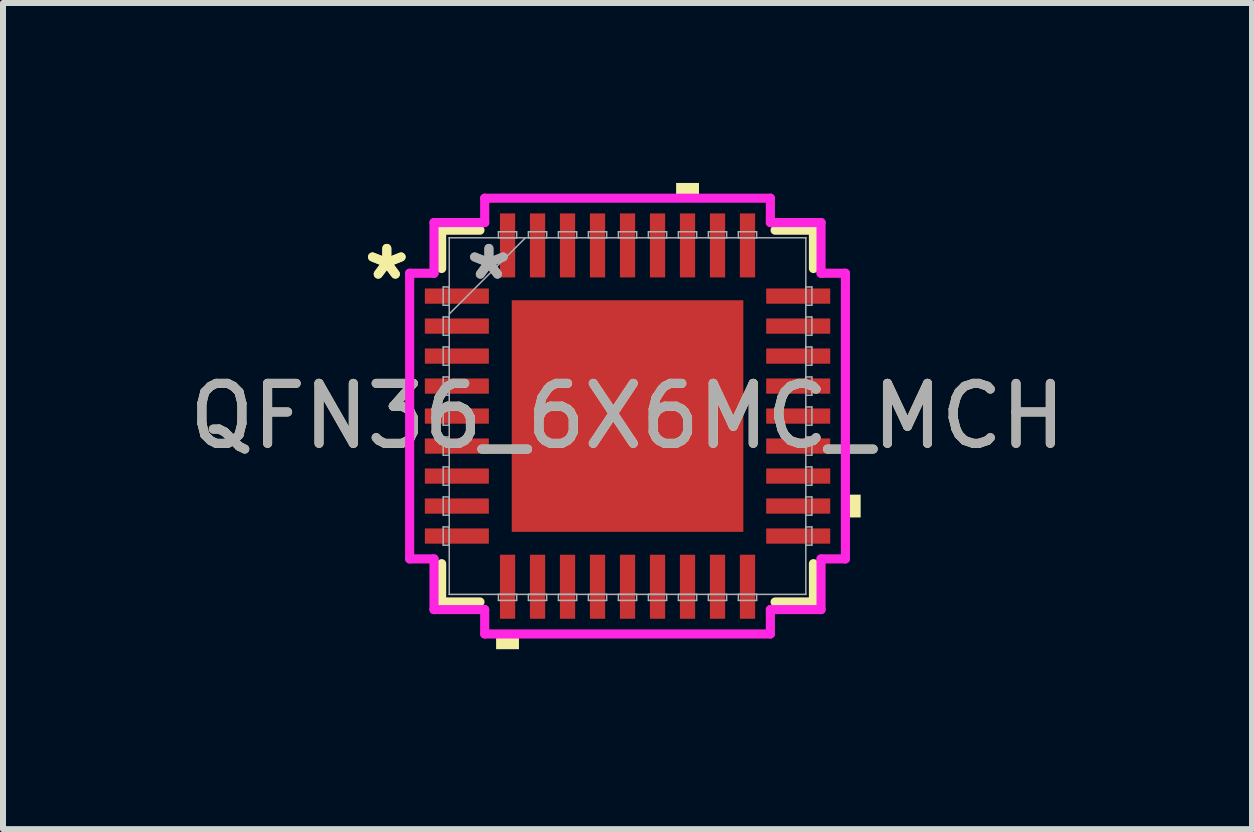
<source format=kicad_pcb>
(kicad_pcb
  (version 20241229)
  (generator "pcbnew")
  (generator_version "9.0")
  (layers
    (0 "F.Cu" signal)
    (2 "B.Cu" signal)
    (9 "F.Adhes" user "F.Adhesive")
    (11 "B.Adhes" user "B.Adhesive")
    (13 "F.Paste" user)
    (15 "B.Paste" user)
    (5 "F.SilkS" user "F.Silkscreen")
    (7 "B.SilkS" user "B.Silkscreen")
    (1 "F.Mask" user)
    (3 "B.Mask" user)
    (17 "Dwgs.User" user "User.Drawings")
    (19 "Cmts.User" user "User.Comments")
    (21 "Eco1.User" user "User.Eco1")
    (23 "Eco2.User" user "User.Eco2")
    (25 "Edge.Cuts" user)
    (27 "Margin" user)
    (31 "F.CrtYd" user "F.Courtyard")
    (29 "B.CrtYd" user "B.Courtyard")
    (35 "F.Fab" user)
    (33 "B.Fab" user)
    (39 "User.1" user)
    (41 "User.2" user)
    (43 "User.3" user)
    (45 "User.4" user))
  (footprint "QFN36_6X6MC_MCH"
    (layer "F.Cu")
    (at 7.411 3.886)
    (property "Reference" "QFN36_6X6MC_MCH" (at 0 0 0) (unlocked yes) (layer "F.SilkS") (effects (font (size 1 1) (thickness 0.15))))
    (attr smd)
    (fp_line (start -3.099 -3.099) (end -3.099 -2.46) (stroke (width 0.152) (type solid)) (layer "F.SilkS"))
    (fp_line (start -3.099 2.46) (end -3.099 3.099) (stroke (width 0.152) (type solid)) (layer "F.SilkS"))
    (fp_line (start -3.099 3.099) (end -2.46 3.099) (stroke (width 0.152) (type solid)) (layer "F.SilkS"))
    (fp_line (start -2.46 -3.099) (end -3.099 -3.099) (stroke (width 0.152) (type solid)) (layer "F.SilkS"))
    (fp_line (start 2.46 3.099) (end 3.099 3.099) (stroke (width 0.152) (type solid)) (layer "F.SilkS"))
    (fp_line (start 3.099 -3.099) (end 2.46 -3.099) (stroke (width 0.152) (type solid)) (layer "F.SilkS"))
    (fp_line (start 3.099 -2.46) (end 3.099 -3.099) (stroke (width 0.152) (type solid)) (layer "F.SilkS"))
    (fp_line (start 3.099 3.099) (end 3.099 2.46) (stroke (width 0.152) (type solid)) (layer "F.SilkS"))
    (fp_poly (pts (xy -2.191 3.632) (xy -2.191 3.886) (xy -1.81 3.886) (xy -1.81 3.632)) (stroke (width 0) (type solid)) (fill yes) (layer "F.SilkS"))
    (fp_poly (pts (xy 0.81 -3.632) (xy 0.81 -3.886) (xy 1.191 -3.886) (xy 1.191 -3.632)) (stroke (width 0) (type solid)) (fill yes) (layer "F.SilkS"))
    (fp_poly (pts (xy 3.886 1.31) (xy 3.886 1.69) (xy 3.632 1.69) (xy 3.632 1.31)) (stroke (width 0) (type solid)) (fill yes) (layer "F.SilkS"))
    (fp_poly (pts (xy -1.83 -1.83) (xy -1.83 -0.743) (xy -0.743 -0.743) (xy -0.743 -1.83)) (stroke (width 0) (type solid)) (fill yes) (layer "F.Paste"))
    (fp_poly (pts (xy -1.83 -0.543) (xy -1.83 0.543) (xy -0.743 0.543) (xy -0.743 -0.543)) (stroke (width 0) (type solid)) (fill yes) (layer "F.Paste"))
    (fp_poly (pts (xy -1.83 0.743) (xy -1.83 1.83) (xy -0.743 1.83) (xy -0.743 0.743)) (stroke (width 0) (type solid)) (fill yes) (layer "F.Paste"))
    (fp_poly (pts (xy -0.543 -1.83) (xy -0.543 -0.743) (xy 0.543 -0.743) (xy 0.543 -1.83)) (stroke (width 0) (type solid)) (fill yes) (layer "F.Paste"))
    (fp_poly (pts (xy -0.543 -0.543) (xy -0.543 0.543) (xy 0.543 0.543) (xy 0.543 -0.543)) (stroke (width 0) (type solid)) (fill yes) (layer "F.Paste"))
    (fp_poly (pts (xy -0.543 0.743) (xy -0.543 1.83) (xy 0.543 1.83) (xy 0.543 0.743)) (stroke (width 0) (type solid)) (fill yes) (layer "F.Paste"))
    (fp_poly (pts (xy 0.743 -1.83) (xy 0.743 -0.743) (xy 1.83 -0.743) (xy 1.83 -1.83)) (stroke (width 0) (type solid)) (fill yes) (layer "F.Paste"))
    (fp_poly (pts (xy 0.743 -0.543) (xy 0.743 0.543) (xy 1.83 0.543) (xy 1.83 -0.543)) (stroke (width 0) (type solid)) (fill yes) (layer "F.Paste"))
    (fp_poly (pts (xy 0.743 0.743) (xy 0.743 1.83) (xy 1.83 1.83) (xy 1.83 0.743)) (stroke (width 0) (type solid)) (fill yes) (layer "F.Paste"))
    (fp_line (start -3.632 -2.381) (end -3.226 -2.381) (stroke (width 0.152) (type solid)) (layer "F.CrtYd"))
    (fp_line (start -3.632 2.381) (end -3.632 -2.381) (stroke (width 0.152) (type solid)) (layer "F.CrtYd"))
    (fp_line (start -3.226 -3.226) (end -2.381 -3.226) (stroke (width 0.152) (type solid)) (layer "F.CrtYd"))
    (fp_line (start -3.226 -2.381) (end -3.226 -3.226) (stroke (width 0.152) (type solid)) (layer "F.CrtYd"))
    (fp_line (start -3.226 2.381) (end -3.632 2.381) (stroke (width 0.152) (type solid)) (layer "F.CrtYd"))
    (fp_line (start -3.226 3.226) (end -3.226 2.381) (stroke (width 0.152) (type solid)) (layer "F.CrtYd"))
    (fp_line (start -2.381 -3.632) (end 2.381 -3.632) (stroke (width 0.152) (type solid)) (layer "F.CrtYd"))
    (fp_line (start -2.381 -3.226) (end -2.381 -3.632) (stroke (width 0.152) (type solid)) (layer "F.CrtYd"))
    (fp_line (start -2.381 3.226) (end -3.226 3.226) (stroke (width 0.152) (type solid)) (layer "F.CrtYd"))
    (fp_line (start -2.381 3.632) (end -2.381 3.226) (stroke (width 0.152) (type solid)) (layer "F.CrtYd"))
    (fp_line (start 2.381 -3.632) (end 2.381 -3.226) (stroke (width 0.152) (type solid)) (layer "F.CrtYd"))
    (fp_line (start 2.381 -3.226) (end 3.226 -3.226) (stroke (width 0.152) (type solid)) (layer "F.CrtYd"))
    (fp_line (start 2.381 3.226) (end 2.381 3.632) (stroke (width 0.152) (type solid)) (layer "F.CrtYd"))
    (fp_line (start 2.381 3.632) (end -2.381 3.632) (stroke (width 0.152) (type solid)) (layer "F.CrtYd"))
    (fp_line (start 3.226 -3.226) (end 3.226 -2.381) (stroke (width 0.152) (type solid)) (layer "F.CrtYd"))
    (fp_line (start 3.226 -2.381) (end 3.632 -2.381) (stroke (width 0.152) (type solid)) (layer "F.CrtYd"))
    (fp_line (start 3.226 2.381) (end 3.226 3.226) (stroke (width 0.152) (type solid)) (layer "F.CrtYd"))
    (fp_line (start 3.226 3.226) (end 2.381 3.226) (stroke (width 0.152) (type solid)) (layer "F.CrtYd"))
    (fp_line (start 3.632 -2.381) (end 3.632 2.381) (stroke (width 0.152) (type solid)) (layer "F.CrtYd"))
    (fp_line (start 3.632 2.381) (end 3.226 2.381) (stroke (width 0.152) (type solid)) (layer "F.CrtYd"))
    (fp_line (start -3.073 -2.152) (end -3.073 -1.848) (stroke (width 0.025) (type solid)) (layer "F.Fab"))
    (fp_line (start -3.073 -1.848) (end -2.972 -1.848) (stroke (width 0.025) (type solid)) (layer "F.Fab"))
    (fp_line (start -3.073 -1.652) (end -3.073 -1.348) (stroke (width 0.025) (type solid)) (layer "F.Fab"))
    (fp_line (start -3.073 -1.348) (end -2.972 -1.348) (stroke (width 0.025) (type solid)) (layer "F.Fab"))
    (fp_line (start -3.073 -1.152) (end -3.073 -0.848) (stroke (width 0.025) (type solid)) (layer "F.Fab"))
    (fp_line (start -3.073 -0.848) (end -2.972 -0.848) (stroke (width 0.025) (type solid)) (layer "F.Fab"))
    (fp_line (start -3.073 -0.652) (end -3.073 -0.348) (stroke (width 0.025) (type solid)) (layer "F.Fab"))
    (fp_line (start -3.073 -0.348) (end -2.972 -0.348) (stroke (width 0.025) (type solid)) (layer "F.Fab"))
    (fp_line (start -3.073 -0.152) (end -3.073 0.152) (stroke (width 0.025) (type solid)) (layer "F.Fab"))
    (fp_line (start -3.073 0.152) (end -2.972 0.152) (stroke (width 0.025) (type solid)) (layer "F.Fab"))
    (fp_line (start -3.073 0.348) (end -3.073 0.652) (stroke (width 0.025) (type solid)) (layer "F.Fab"))
    (fp_line (start -3.073 0.652) (end -2.972 0.652) (stroke (width 0.025) (type solid)) (layer "F.Fab"))
    (fp_line (start -3.073 0.848) (end -3.073 1.152) (stroke (width 0.025) (type solid)) (layer "F.Fab"))
    (fp_line (start -3.073 1.152) (end -2.972 1.152) (stroke (width 0.025) (type solid)) (layer "F.Fab"))
    (fp_line (start -3.073 1.348) (end -3.073 1.652) (stroke (width 0.025) (type solid)) (layer "F.Fab"))
    (fp_line (start -3.073 1.652) (end -2.972 1.652) (stroke (width 0.025) (type solid)) (layer "F.Fab"))
    (fp_line (start -3.073 1.848) (end -3.073 2.152) (stroke (width 0.025) (type solid)) (layer "F.Fab"))
    (fp_line (start -3.073 2.152) (end -2.972 2.152) (stroke (width 0.025) (type solid)) (layer "F.Fab"))
    (fp_line (start -2.972 -2.972) (end -2.972 -2.972) (stroke (width 0.025) (type solid)) (layer "F.Fab"))
    (fp_line (start -2.972 -2.972) (end -2.972 2.972) (stroke (width 0.025) (type solid)) (layer "F.Fab"))
    (fp_line (start -2.972 -2.152) (end -3.073 -2.152) (stroke (width 0.025) (type solid)) (layer "F.Fab"))
    (fp_line (start -2.972 -1.848) (end -2.972 -2.152) (stroke (width 0.025) (type solid)) (layer "F.Fab"))
    (fp_line (start -2.972 -1.702) (end -1.702 -2.972) (stroke (width 0.025) (type solid)) (layer "F.Fab"))
    (fp_line (start -2.972 -1.652) (end -3.073 -1.652) (stroke (width 0.025) (type solid)) (layer "F.Fab"))
    (fp_line (start -2.972 -1.348) (end -2.972 -1.652) (stroke (width 0.025) (type solid)) (layer "F.Fab"))
    (fp_line (start -2.972 -1.152) (end -3.073 -1.152) (stroke (width 0.025) (type solid)) (layer "F.Fab"))
    (fp_line (start -2.972 -0.848) (end -2.972 -1.152) (stroke (width 0.025) (type solid)) (layer "F.Fab"))
    (fp_line (start -2.972 -0.652) (end -3.073 -0.652) (stroke (width 0.025) (type solid)) (layer "F.Fab"))
    (fp_line (start -2.972 -0.348) (end -2.972 -0.652) (stroke (width 0.025) (type solid)) (layer "F.Fab"))
    (fp_line (start -2.972 -0.152) (end -3.073 -0.152) (stroke (width 0.025) (type solid)) (layer "F.Fab"))
    (fp_line (start -2.972 0.152) (end -2.972 -0.152) (stroke (width 0.025) (type solid)) (layer "F.Fab"))
    (fp_line (start -2.972 0.348) (end -3.073 0.348) (stroke (width 0.025) (type solid)) (layer "F.Fab"))
    (fp_line (start -2.972 0.652) (end -2.972 0.348) (stroke (width 0.025) (type solid)) (layer "F.Fab"))
    (fp_line (start -2.972 0.848) (end -3.073 0.848) (stroke (width 0.025) (type solid)) (layer "F.Fab"))
    (fp_line (start -2.972 1.152) (end -2.972 0.848) (stroke (width 0.025) (type solid)) (layer "F.Fab"))
    (fp_line (start -2.972 1.348) (end -3.073 1.348) (stroke (width 0.025) (type solid)) (layer "F.Fab"))
    (fp_line (start -2.972 1.652) (end -2.972 1.348) (stroke (width 0.025) (type solid)) (layer "F.Fab"))
    (fp_line (start -2.972 1.848) (end -3.073 1.848) (stroke (width 0.025) (type solid)) (layer "F.Fab"))
    (fp_line (start -2.972 2.152) (end -2.972 1.848) (stroke (width 0.025) (type solid)) (layer "F.Fab"))
    (fp_line (start -2.972 2.972) (end -2.972 2.972) (stroke (width 0.025) (type solid)) (layer "F.Fab"))
    (fp_line (start -2.972 2.972) (end 2.972 2.972) (stroke (width 0.025) (type solid)) (layer "F.Fab"))
    (fp_line (start -2.152 -3.073) (end -2.152 -2.972) (stroke (width 0.025) (type solid)) (layer "F.Fab"))
    (fp_line (start -2.152 -2.972) (end -1.848 -2.972) (stroke (width 0.025) (type solid)) (layer "F.Fab"))
    (fp_line (start -2.152 2.972) (end -2.152 3.073) (stroke (width 0.025) (type solid)) (layer "F.Fab"))
    (fp_line (start -2.152 3.073) (end -1.848 3.073) (stroke (width 0.025) (type solid)) (layer "F.Fab"))
    (fp_line (start -1.848 -3.073) (end -2.152 -3.073) (stroke (width 0.025) (type solid)) (layer "F.Fab"))
    (fp_line (start -1.848 -2.972) (end -1.848 -3.073) (stroke (width 0.025) (type solid)) (layer "F.Fab"))
    (fp_line (start -1.848 2.972) (end -2.152 2.972) (stroke (width 0.025) (type solid)) (layer "F.Fab"))
    (fp_line (start -1.848 3.073) (end -1.848 2.972) (stroke (width 0.025) (type solid)) (layer "F.Fab"))
    (fp_line (start -1.652 -3.073) (end -1.652 -2.972) (stroke (width 0.025) (type solid)) (layer "F.Fab"))
    (fp_line (start -1.652 -2.972) (end -1.348 -2.972) (stroke (width 0.025) (type solid)) (layer "F.Fab"))
    (fp_line (start -1.652 2.972) (end -1.652 3.073) (stroke (width 0.025) (type solid)) (layer "F.Fab"))
    (fp_line (start -1.652 3.073) (end -1.348 3.073) (stroke (width 0.025) (type solid)) (layer "F.Fab"))
    (fp_line (start -1.348 -3.073) (end -1.652 -3.073) (stroke (width 0.025) (type solid)) (layer "F.Fab"))
    (fp_line (start -1.348 -2.972) (end -1.348 -3.073) (stroke (width 0.025) (type solid)) (layer "F.Fab"))
    (fp_line (start -1.348 2.972) (end -1.652 2.972) (stroke (width 0.025) (type solid)) (layer "F.Fab"))
    (fp_line (start -1.348 3.073) (end -1.348 2.972) (stroke (width 0.025) (type solid)) (layer "F.Fab"))
    (fp_line (start -1.152 -3.073) (end -1.152 -2.972) (stroke (width 0.025) (type solid)) (layer "F.Fab"))
    (fp_line (start -1.152 -2.972) (end -0.848 -2.972) (stroke (width 0.025) (type solid)) (layer "F.Fab"))
    (fp_line (start -1.152 2.972) (end -1.152 3.073) (stroke (width 0.025) (type solid)) (layer "F.Fab"))
    (fp_line (start -1.152 3.073) (end -0.848 3.073) (stroke (width 0.025) (type solid)) (layer "F.Fab"))
    (fp_line (start -0.848 -3.073) (end -1.152 -3.073) (stroke (width 0.025) (type solid)) (layer "F.Fab"))
    (fp_line (start -0.848 -2.972) (end -0.848 -3.073) (stroke (width 0.025) (type solid)) (layer "F.Fab"))
    (fp_line (start -0.848 2.972) (end -1.152 2.972) (stroke (width 0.025) (type solid)) (layer "F.Fab"))
    (fp_line (start -0.848 3.073) (end -0.848 2.972) (stroke (width 0.025) (type solid)) (layer "F.Fab"))
    (fp_line (start -0.652 -3.073) (end -0.652 -2.972) (stroke (width 0.025) (type solid)) (layer "F.Fab"))
    (fp_line (start -0.652 -2.972) (end -0.348 -2.972) (stroke (width 0.025) (type solid)) (layer "F.Fab"))
    (fp_line (start -0.652 2.972) (end -0.652 3.073) (stroke (width 0.025) (type solid)) (layer "F.Fab"))
    (fp_line (start -0.652 3.073) (end -0.348 3.073) (stroke (width 0.025) (type solid)) (layer "F.Fab"))
    (fp_line (start -0.348 -3.073) (end -0.652 -3.073) (stroke (width 0.025) (type solid)) (layer "F.Fab"))
    (fp_line (start -0.348 -2.972) (end -0.348 -3.073) (stroke (width 0.025) (type solid)) (layer "F.Fab"))
    (fp_line (start -0.348 2.972) (end -0.652 2.972) (stroke (width 0.025) (type solid)) (layer "F.Fab"))
    (fp_line (start -0.348 3.073) (end -0.348 2.972) (stroke (width 0.025) (type solid)) (layer "F.Fab"))
    (fp_line (start -0.152 -3.073) (end -0.152 -2.972) (stroke (width 0.025) (type solid)) (layer "F.Fab"))
    (fp_line (start -0.152 -2.972) (end 0.152 -2.972) (stroke (width 0.025) (type solid)) (layer "F.Fab"))
    (fp_line (start -0.152 2.972) (end -0.152 3.073) (stroke (width 0.025) (type solid)) (layer "F.Fab"))
    (fp_line (start -0.152 3.073) (end 0.152 3.073) (stroke (width 0.025) (type solid)) (layer "F.Fab"))
    (fp_line (start 0.152 -3.073) (end -0.152 -3.073) (stroke (width 0.025) (type solid)) (layer "F.Fab"))
    (fp_line (start 0.152 -2.972) (end 0.152 -3.073) (stroke (width 0.025) (type solid)) (layer "F.Fab"))
    (fp_line (start 0.152 2.972) (end -0.152 2.972) (stroke (width 0.025) (type solid)) (layer "F.Fab"))
    (fp_line (start 0.152 3.073) (end 0.152 2.972) (stroke (width 0.025) (type solid)) (layer "F.Fab"))
    (fp_line (start 0.348 -3.073) (end 0.348 -2.972) (stroke (width 0.025) (type solid)) (layer "F.Fab"))
    (fp_line (start 0.348 -2.972) (end 0.652 -2.972) (stroke (width 0.025) (type solid)) (layer "F.Fab"))
    (fp_line (start 0.348 2.972) (end 0.348 3.073) (stroke (width 0.025) (type solid)) (layer "F.Fab"))
    (fp_line (start 0.348 3.073) (end 0.652 3.073) (stroke (width 0.025) (type solid)) (layer "F.Fab"))
    (fp_line (start 0.652 -3.073) (end 0.348 -3.073) (stroke (width 0.025) (type solid)) (layer "F.Fab"))
    (fp_line (start 0.652 -2.972) (end 0.652 -3.073) (stroke (width 0.025) (type solid)) (layer "F.Fab"))
    (fp_line (start 0.652 2.972) (end 0.348 2.972) (stroke (width 0.025) (type solid)) (layer "F.Fab"))
    (fp_line (start 0.652 3.073) (end 0.652 2.972) (stroke (width 0.025) (type solid)) (layer "F.Fab"))
    (fp_line (start 0.848 -3.073) (end 0.848 -2.972) (stroke (width 0.025) (type solid)) (layer "F.Fab"))
    (fp_line (start 0.848 -2.972) (end 1.152 -2.972) (stroke (width 0.025) (type solid)) (layer "F.Fab"))
    (fp_line (start 0.848 2.972) (end 0.848 3.073) (stroke (width 0.025) (type solid)) (layer "F.Fab"))
    (fp_line (start 0.848 3.073) (end 1.152 3.073) (stroke (width 0.025) (type solid)) (layer "F.Fab"))
    (fp_line (start 1.152 -3.073) (end 0.848 -3.073) (stroke (width 0.025) (type solid)) (layer "F.Fab"))
    (fp_line (start 1.152 -2.972) (end 1.152 -3.073) (stroke (width 0.025) (type solid)) (layer "F.Fab"))
    (fp_line (start 1.152 2.972) (end 0.848 2.972) (stroke (width 0.025) (type solid)) (layer "F.Fab"))
    (fp_line (start 1.152 3.073) (end 1.152 2.972) (stroke (width 0.025) (type solid)) (layer "F.Fab"))
    (fp_line (start 1.348 -3.073) (end 1.348 -2.972) (stroke (width 0.025) (type solid)) (layer "F.Fab"))
    (fp_line (start 1.348 -2.972) (end 1.652 -2.972) (stroke (width 0.025) (type solid)) (layer "F.Fab"))
    (fp_line (start 1.348 2.972) (end 1.348 3.073) (stroke (width 0.025) (type solid)) (layer "F.Fab"))
    (fp_line (start 1.348 3.073) (end 1.652 3.073) (stroke (width 0.025) (type solid)) (layer "F.Fab"))
    (fp_line (start 1.652 -3.073) (end 1.348 -3.073) (stroke (width 0.025) (type solid)) (layer "F.Fab"))
    (fp_line (start 1.652 -2.972) (end 1.652 -3.073) (stroke (width 0.025) (type solid)) (layer "F.Fab"))
    (fp_line (start 1.652 2.972) (end 1.348 2.972) (stroke (width 0.025) (type solid)) (layer "F.Fab"))
    (fp_line (start 1.652 3.073) (end 1.652 2.972) (stroke (width 0.025) (type solid)) (layer "F.Fab"))
    (fp_line (start 1.848 -3.073) (end 1.848 -2.972) (stroke (width 0.025) (type solid)) (layer "F.Fab"))
    (fp_line (start 1.848 -2.972) (end 2.152 -2.972) (stroke (width 0.025) (type solid)) (layer "F.Fab"))
    (fp_line (start 1.848 2.972) (end 1.848 3.073) (stroke (width 0.025) (type solid)) (layer "F.Fab"))
    (fp_line (start 1.848 3.073) (end 2.152 3.073) (stroke (width 0.025) (type solid)) (layer "F.Fab"))
    (fp_line (start 2.152 -3.073) (end 1.848 -3.073) (stroke (width 0.025) (type solid)) (layer "F.Fab"))
    (fp_line (start 2.152 -2.972) (end 2.152 -3.073) (stroke (width 0.025) (type solid)) (layer "F.Fab"))
    (fp_line (start 2.152 2.972) (end 1.848 2.972) (stroke (width 0.025) (type solid)) (layer "F.Fab"))
    (fp_line (start 2.152 3.073) (end 2.152 2.972) (stroke (width 0.025) (type solid)) (layer "F.Fab"))
    (fp_line (start 2.972 -2.972) (end -2.972 -2.972) (stroke (width 0.025) (type solid)) (layer "F.Fab"))
    (fp_line (start 2.972 -2.972) (end 2.972 -2.972) (stroke (width 0.025) (type solid)) (layer "F.Fab"))
    (fp_line (start 2.972 -2.152) (end 2.972 -1.848) (stroke (width 0.025) (type solid)) (layer "F.Fab"))
    (fp_line (start 2.972 -1.848) (end 3.073 -1.848) (stroke (width 0.025) (type solid)) (layer "F.Fab"))
    (fp_line (start 2.972 -1.652) (end 2.972 -1.348) (stroke (width 0.025) (type solid)) (layer "F.Fab"))
    (fp_line (start 2.972 -1.348) (end 3.073 -1.348) (stroke (width 0.025) (type solid)) (layer "F.Fab"))
    (fp_line (start 2.972 -1.152) (end 2.972 -0.848) (stroke (width 0.025) (type solid)) (layer "F.Fab"))
    (fp_line (start 2.972 -0.848) (end 3.073 -0.848) (stroke (width 0.025) (type solid)) (layer "F.Fab"))
    (fp_line (start 2.972 -0.652) (end 2.972 -0.348) (stroke (width 0.025) (type solid)) (layer "F.Fab"))
    (fp_line (start 2.972 -0.348) (end 3.073 -0.348) (stroke (width 0.025) (type solid)) (layer "F.Fab"))
    (fp_line (start 2.972 -0.152) (end 2.972 0.152) (stroke (width 0.025) (type solid)) (layer "F.Fab"))
    (fp_line (start 2.972 0.152) (end 3.073 0.152) (stroke (width 0.025) (type solid)) (layer "F.Fab"))
    (fp_line (start 2.972 0.348) (end 2.972 0.652) (stroke (width 0.025) (type solid)) (layer "F.Fab"))
    (fp_line (start 2.972 0.652) (end 3.073 0.652) (stroke (width 0.025) (type solid)) (layer "F.Fab"))
    (fp_line (start 2.972 0.848) (end 2.972 1.152) (stroke (width 0.025) (type solid)) (layer "F.Fab"))
    (fp_line (start 2.972 1.152) (end 3.073 1.152) (stroke (width 0.025) (type solid)) (layer "F.Fab"))
    (fp_line (start 2.972 1.348) (end 2.972 1.652) (stroke (width 0.025) (type solid)) (layer "F.Fab"))
    (fp_line (start 2.972 1.652) (end 3.073 1.652) (stroke (width 0.025) (type solid)) (layer "F.Fab"))
    (fp_line (start 2.972 1.848) (end 2.972 2.152) (stroke (width 0.025) (type solid)) (layer "F.Fab"))
    (fp_line (start 2.972 2.152) (end 3.073 2.152) (stroke (width 0.025) (type solid)) (layer "F.Fab"))
    (fp_line (start 2.972 2.972) (end 2.972 -2.972) (stroke (width 0.025) (type solid)) (layer "F.Fab"))
    (fp_line (start 2.972 2.972) (end 2.972 2.972) (stroke (width 0.025) (type solid)) (layer "F.Fab"))
    (fp_line (start 3.073 -2.152) (end 2.972 -2.152) (stroke (width 0.025) (type solid)) (layer "F.Fab"))
    (fp_line (start 3.073 -1.848) (end 3.073 -2.152) (stroke (width 0.025) (type solid)) (layer "F.Fab"))
    (fp_line (start 3.073 -1.652) (end 2.972 -1.652) (stroke (width 0.025) (type solid)) (layer "F.Fab"))
    (fp_line (start 3.073 -1.348) (end 3.073 -1.652) (stroke (width 0.025) (type solid)) (layer "F.Fab"))
    (fp_line (start 3.073 -1.152) (end 2.972 -1.152) (stroke (width 0.025) (type solid)) (layer "F.Fab"))
    (fp_line (start 3.073 -0.848) (end 3.073 -1.152) (stroke (width 0.025) (type solid)) (layer "F.Fab"))
    (fp_line (start 3.073 -0.652) (end 2.972 -0.652) (stroke (width 0.025) (type solid)) (layer "F.Fab"))
    (fp_line (start 3.073 -0.348) (end 3.073 -0.652) (stroke (width 0.025) (type solid)) (layer "F.Fab"))
    (fp_line (start 3.073 -0.152) (end 2.972 -0.152) (stroke (width 0.025) (type solid)) (layer "F.Fab"))
    (fp_line (start 3.073 0.152) (end 3.073 -0.152) (stroke (width 0.025) (type solid)) (layer "F.Fab"))
    (fp_line (start 3.073 0.348) (end 2.972 0.348) (stroke (width 0.025) (type solid)) (layer "F.Fab"))
    (fp_line (start 3.073 0.652) (end 3.073 0.348) (stroke (width 0.025) (type solid)) (layer "F.Fab"))
    (fp_line (start 3.073 0.848) (end 2.972 0.848) (stroke (width 0.025) (type solid)) (layer "F.Fab"))
    (fp_line (start 3.073 1.152) (end 3.073 0.848) (stroke (width 0.025) (type solid)) (layer "F.Fab"))
    (fp_line (start 3.073 1.348) (end 2.972 1.348) (stroke (width 0.025) (type solid)) (layer "F.Fab"))
    (fp_line (start 3.073 1.652) (end 3.073 1.348) (stroke (width 0.025) (type solid)) (layer "F.Fab"))
    (fp_line (start 3.073 1.848) (end 2.972 1.848) (stroke (width 0.025) (type solid)) (layer "F.Fab"))
    (fp_line (start 3.073 2.152) (end 3.073 1.848) (stroke (width 0.025) (type solid)) (layer "F.Fab"))
    (fp_text user "*" (at -4.013 -2.25 0) (layer "F.SilkS") (effects (font (size 1 1) (thickness 0.15))))
    (fp_text user "*" (at -4.013 -2.25 0) (unlocked yes) (layer "F.SilkS") (effects (font (size 1 1) (thickness 0.15))))
    (fp_text user "*" (at -2.311 -2.25 0) (unlocked yes) (layer "F.Fab") (effects (font (size 1 1) (thickness 0.15))))
    (fp_text user "*" (at -2.311 -2.25 0) (layer "F.Fab") (effects (font (size 1 1) (thickness 0.15))))
    (fp_text user "${REFERENCE}" (at 0 0 0) (unlocked yes) (layer "F.Fab") (effects (font (size 1 1) (thickness 0.15))))
    (pad "1" smd rect (at -2.845 -2 90) (size 0.254 1.067) (layers "F.Cu" "F.Mask" "F.Paste"))
    (pad "2" smd rect (at -2.845 -1.5 90) (size 0.254 1.067) (layers "F.Cu" "F.Mask" "F.Paste"))
    (pad "3" smd rect (at -2.845 -1 90) (size 0.254 1.067) (layers "F.Cu" "F.Mask" "F.Paste"))
    (pad "4" smd rect (at -2.845 -0.5 90) (size 0.254 1.067) (layers "F.Cu" "F.Mask" "F.Paste"))
    (pad "5" smd rect (at -2.845 0 90) (size 0.254 1.067) (layers "F.Cu" "F.Mask" "F.Paste"))
    (pad "6" smd rect (at -2.845 0.5 90) (size 0.254 1.067) (layers "F.Cu" "F.Mask" "F.Paste"))
    (pad "7" smd rect (at -2.845 1 90) (size 0.254 1.067) (layers "F.Cu" "F.Mask" "F.Paste"))
    (pad "8" smd rect (at -2.845 1.5 90) (size 0.254 1.067) (layers "F.Cu" "F.Mask" "F.Paste"))
    (pad "9" smd rect (at -2.845 2 90) (size 0.254 1.067) (layers "F.Cu" "F.Mask" "F.Paste"))
    (pad "10" smd rect (at -2 2.845) (size 0.254 1.067) (layers "F.Cu" "F.Mask" "F.Paste"))
    (pad "11" smd rect (at -1.5 2.845) (size 0.254 1.067) (layers "F.Cu" "F.Mask" "F.Paste"))
    (pad "12" smd rect (at -1 2.845) (size 0.254 1.067) (layers "F.Cu" "F.Mask" "F.Paste"))
    (pad "13" smd rect (at -0.5 2.845) (size 0.254 1.067) (layers "F.Cu" "F.Mask" "F.Paste"))
    (pad "14" smd rect (at 0 2.845) (size 0.254 1.067) (layers "F.Cu" "F.Mask" "F.Paste"))
    (pad "15" smd rect (at 0.5 2.845) (size 0.254 1.067) (layers "F.Cu" "F.Mask" "F.Paste"))
    (pad "16" smd rect (at 1 2.845) (size 0.254 1.067) (layers "F.Cu" "F.Mask" "F.Paste"))
    (pad "17" smd rect (at 1.5 2.845) (size 0.254 1.067) (layers "F.Cu" "F.Mask" "F.Paste"))
    (pad "18" smd rect (at 2 2.845) (size 0.254 1.067) (layers "F.Cu" "F.Mask" "F.Paste"))
    (pad "19" smd rect (at 2.845 2 90) (size 0.254 1.067) (layers "F.Cu" "F.Mask" "F.Paste"))
    (pad "20" smd rect (at 2.845 1.5 90) (size 0.254 1.067) (layers "F.Cu" "F.Mask" "F.Paste"))
    (pad "21" smd rect (at 2.845 1 90) (size 0.254 1.067) (layers "F.Cu" "F.Mask" "F.Paste"))
    (pad "22" smd rect (at 2.845 0.5 90) (size 0.254 1.067) (layers "F.Cu" "F.Mask" "F.Paste"))
    (pad "23" smd rect (at 2.845 0 90) (size 0.254 1.067) (layers "F.Cu" "F.Mask" "F.Paste"))
    (pad "24" smd rect (at 2.845 -0.5 90) (size 0.254 1.067) (layers "F.Cu" "F.Mask" "F.Paste"))
    (pad "25" smd rect (at 2.845 -1 90) (size 0.254 1.067) (layers "F.Cu" "F.Mask" "F.Paste"))
    (pad "26" smd rect (at 2.845 -1.5 90) (size 0.254 1.067) (layers "F.Cu" "F.Mask" "F.Paste"))
    (pad "27" smd rect (at 2.845 -2 90) (size 0.254 1.067) (layers "F.Cu" "F.Mask" "F.Paste"))
    (pad "28" smd rect (at 2 -2.845) (size 0.254 1.067) (layers "F.Cu" "F.Mask" "F.Paste"))
    (pad "29" smd rect (at 1.5 -2.845) (size 0.254 1.067) (layers "F.Cu" "F.Mask" "F.Paste"))
    (pad "30" smd rect (at 1 -2.845) (size 0.254 1.067) (layers "F.Cu" "F.Mask" "F.Paste"))
    (pad "31" smd rect (at 0.5 -2.845) (size 0.254 1.067) (layers "F.Cu" "F.Mask" "F.Paste"))
    (pad "32" smd rect (at 0 -2.845) (size 0.254 1.067) (layers "F.Cu" "F.Mask" "F.Paste"))
    (pad "33" smd rect (at -0.5 -2.845) (size 0.254 1.067) (layers "F.Cu" "F.Mask" "F.Paste"))
    (pad "34" smd rect (at -1 -2.845) (size 0.254 1.067) (layers "F.Cu" "F.Mask" "F.Paste"))
    (pad "35" smd rect (at -1.5 -2.845) (size 0.254 1.067) (layers "F.Cu" "F.Mask" "F.Paste"))
    (pad "36" smd rect (at -2 -2.845) (size 0.254 1.067) (layers "F.Cu" "F.Mask" "F.Paste"))
    (pad "37" smd rect (at 0 0) (size 3.861 3.861) (layers "F.Cu" "F.Mask")))
  (gr_rect
    (start -3 -3)
    (end 17.821 10.772)
    (stroke (width 0.1) (type default))
    (fill no)
    (layer "Edge.Cuts")))
</source>
